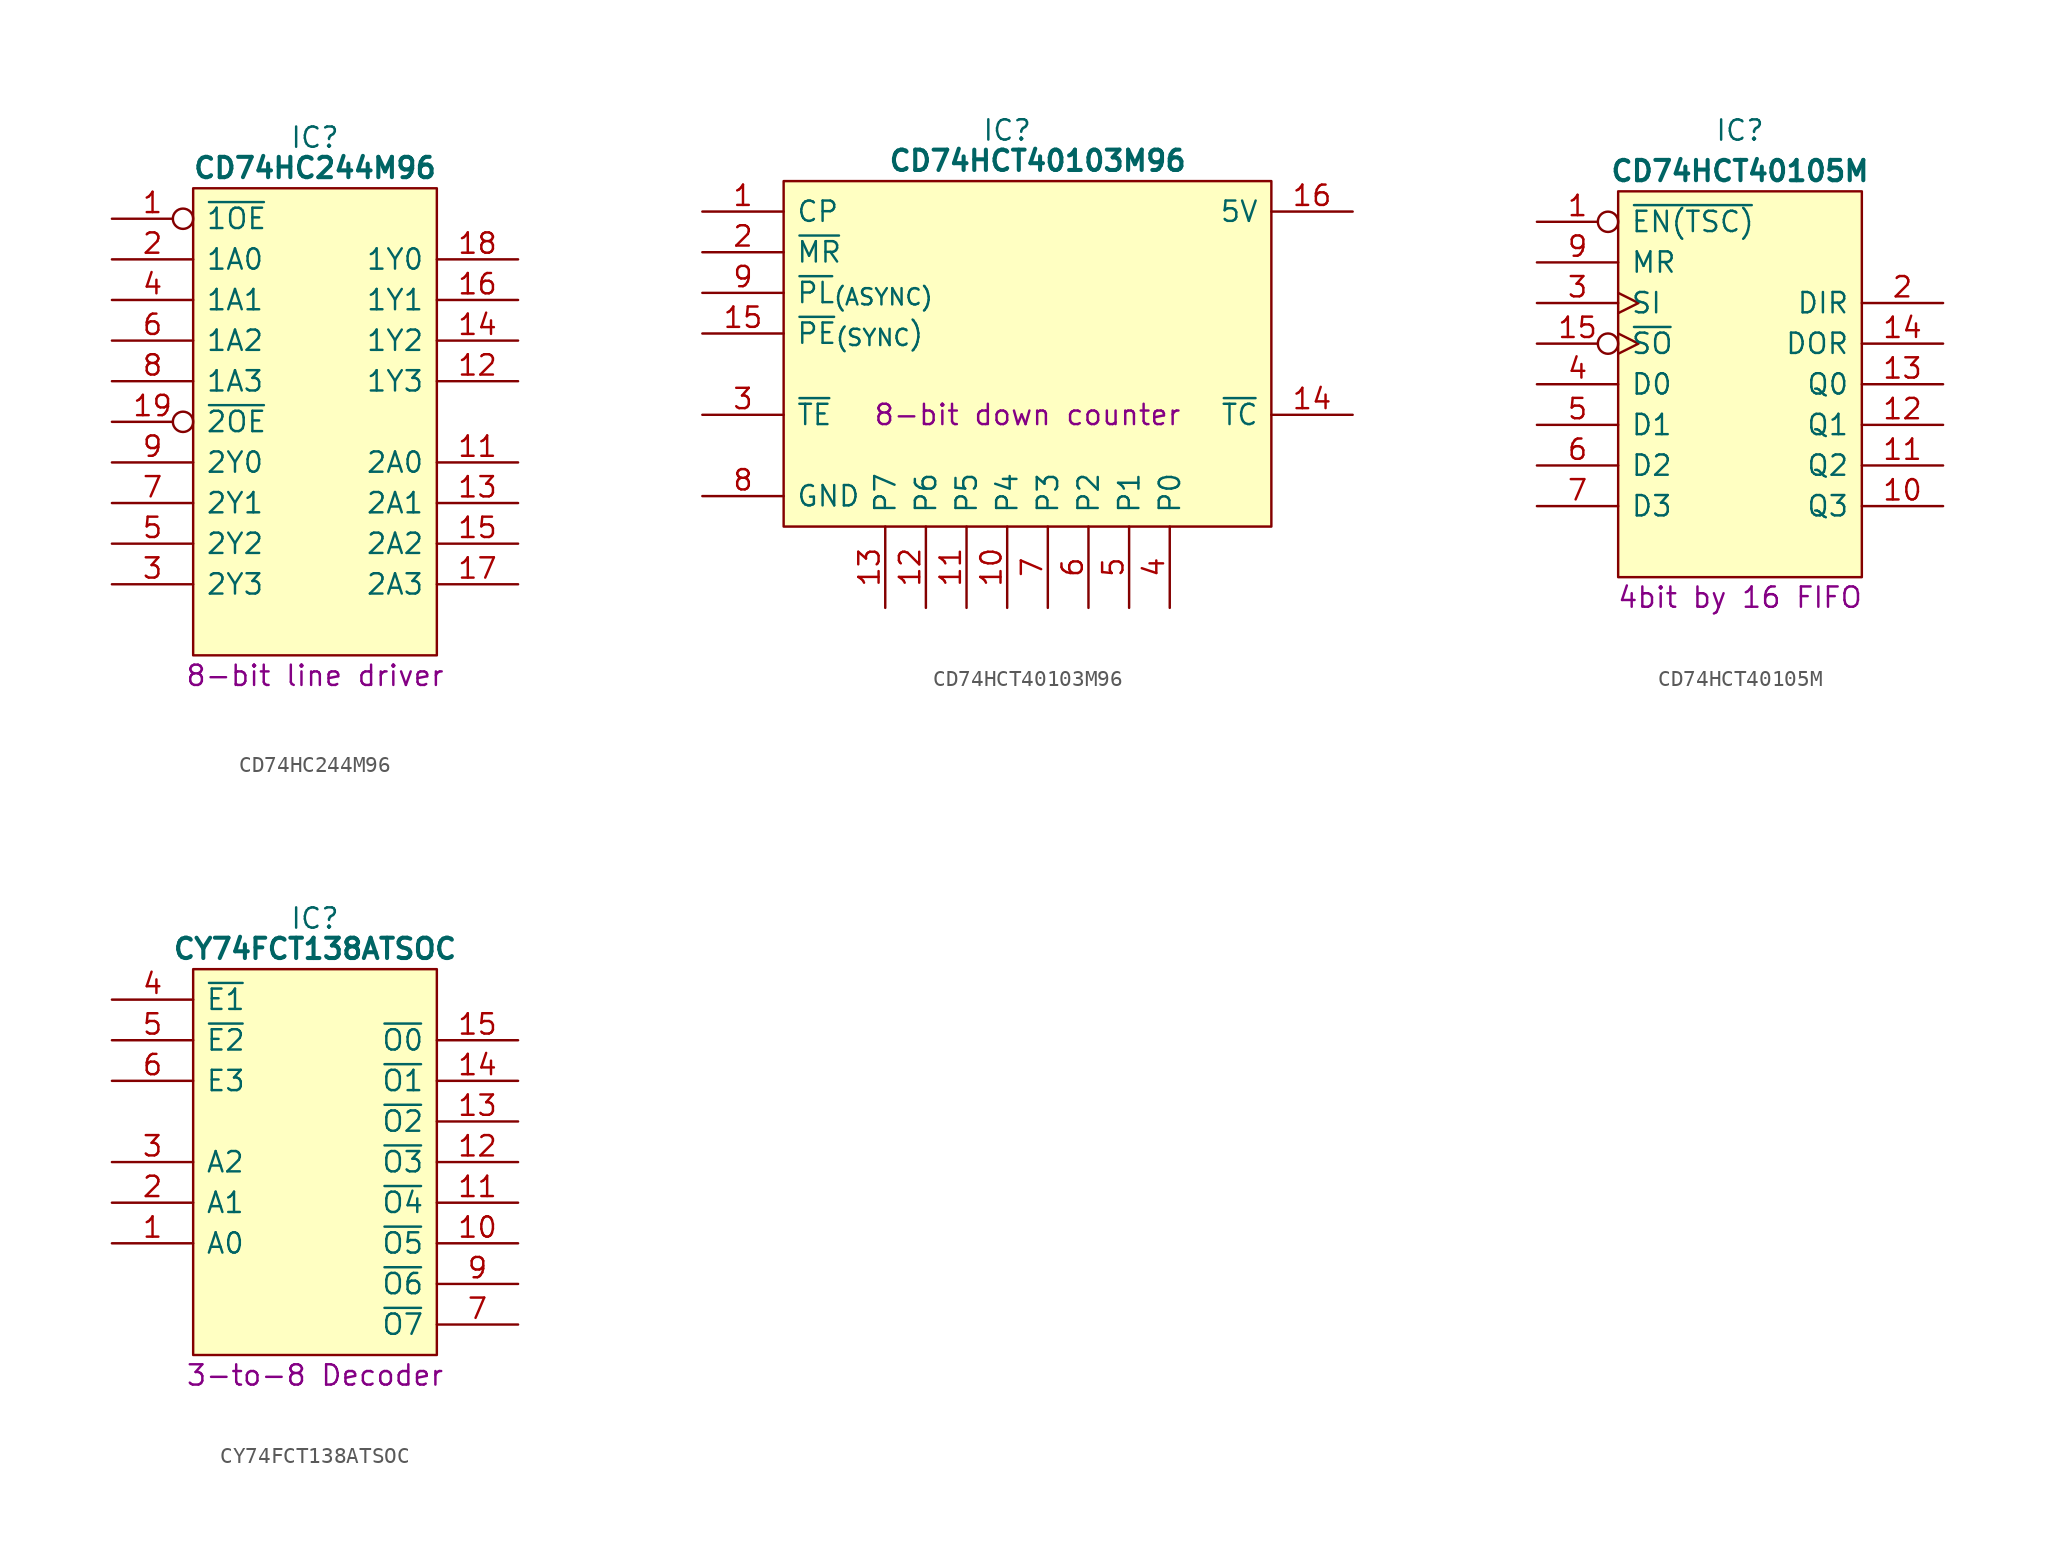
<source format=kicad_sym>
(kicad_symbol_lib
  (version 20241209)
  (generator "kicad_symbol_editor")
  (generator_version "9.0")
  (symbol "CD74HC244M96"
    (pin_names
      (offset 0.762))
    (property "Reference" "IC"
      (at 12.7 5.08 0)
      (effects (font (size 1.27 1.27))))
    (property "Value" "CD74HC244M96"
      (at 12.7 3.175 0)
      (effects (font (size 1.27 1.27) (bold yes))))
    (property "Description" "8-bit line driver"
      (at 12.7 -28.575 0)
      (effects (font (size 1.27 1.27))))
    (symbol "CD74HC244M96_0_0"
      (pin input inverted (at 0 0 0) (length 5.08) (name "~{1OE}" (effects (font (size 1.27 1.27)))) (number "1" (effects (font (size 1.27 1.27)))))
      (pin input line (at 0 -2.54 0) (length 5.08) (name "1A0" (effects (font (size 1.27 1.27)))) (number "2" (effects (font (size 1.27 1.27)))))
      (pin input line (at 0 -5.08 0) (length 5.08) (name "1A1" (effects (font (size 1.27 1.27)))) (number "4" (effects (font (size 1.27 1.27)))))
      (pin input line (at 0 -7.62 0) (length 5.08) (name "1A2" (effects (font (size 1.27 1.27)))) (number "6" (effects (font (size 1.27 1.27)))))
      (pin input line (at 0 -10.16 0) (length 5.08) (name "1A3" (effects (font (size 1.27 1.27)))) (number "8" (effects (font (size 1.27 1.27)))))
      (pin input inverted (at 0 -12.7 0) (length 5.08) (name "~{2OE}" (effects (font (size 1.27 1.27)))) (number "19" (effects (font (size 1.27 1.27)))))
      (pin output line (at 0 -15.24 0) (length 5.08) (name "2Y0" (effects (font (size 1.27 1.27)))) (number "9" (effects (font (size 1.27 1.27)))))
      (pin output line (at 0 -17.78 0) (length 5.08) (name "2Y1" (effects (font (size 1.27 1.27)))) (number "7" (effects (font (size 1.27 1.27)))))
      (pin output line (at 0 -20.32 0) (length 5.08) (name "2Y2" (effects (font (size 1.27 1.27)))) (number "5" (effects (font (size 1.27 1.27)))))
      (pin output line (at 0 -22.86 0) (length 5.08) (name "2Y3" (effects (font (size 1.27 1.27)))) (number "3" (effects (font (size 1.27 1.27)))))
      (pin passive line (at 0 -25.4 0) (length 5.08) (hide yes) (name "GND" (effects (font (size 1.27 1.27)))) (number "10" (effects (font (size 1.27 1.27)))))
      (pin passive line (at 25.4 0 180) (length 5.08) (hide yes) (name "5V" (effects (font (size 1.27 1.27)))) (number "20" (effects (font (size 1.27 1.27)))))
      (pin input line (at 25.4 -2.54 180) (length 5.08) (name "1Y0" (effects (font (size 1.27 1.27)))) (number "18" (effects (font (size 1.27 1.27)))))
      (pin input line (at 25.4 -5.08 180) (length 5.08) (name "1Y1" (effects (font (size 1.27 1.27)))) (number "16" (effects (font (size 1.27 1.27)))))
      (pin input line (at 25.4 -7.62 180) (length 5.08) (name "1Y2" (effects (font (size 1.27 1.27)))) (number "14" (effects (font (size 1.27 1.27)))))
      (pin input line (at 25.4 -10.16 180) (length 5.08) (name "1Y3" (effects (font (size 1.27 1.27)))) (number "12" (effects (font (size 1.27 1.27)))))
      (pin output line (at 25.4 -15.24 180) (length 5.08) (name "2A0" (effects (font (size 1.27 1.27)))) (number "11" (effects (font (size 1.27 1.27)))))
      (pin output line (at 25.4 -17.78 180) (length 5.08) (name "2A1" (effects (font (size 1.27 1.27)))) (number "13" (effects (font (size 1.27 1.27)))))
      (pin output line (at 25.4 -20.32 180) (length 5.08) (name "2A2" (effects (font (size 1.27 1.27)))) (number "15" (effects (font (size 1.27 1.27)))))
      (pin output line (at 25.4 -22.86 180) (length 5.08) (name "2A3" (effects (font (size 1.27 1.27)))) (number "17" (effects (font (size 1.27 1.27))))))
    (symbol "CD74HC244M96_0_1"
      (polyline (pts (xy 5.08 1.905) (xy 20.32 1.905) (xy 20.32 -27.305) (xy 5.08 -27.305) (xy 5.08 1.905)) (stroke (width 0.152) (type default)) (fill (type background)))))
  (symbol "CD74HCT40103M96"
    (pin_names
      (offset 0.762))
    (property "Reference" "IC"
      (at 19.05 5.08 0)
      (effects (font (size 1.27 1.27))))
    (property "Value" "CD74HCT40103M96"
      (at 20.955 3.175 0)
      (effects (font (size 1.27 1.27) (bold yes))))
    (property "Description" "8-bit down counter"
      (at 20.32 -12.7 0)
      (effects (font (size 1.27 1.27))))
    (symbol "CD74HCT40103M96_0_0"
      (pin passive line (at 0 0 0) (length 5.08) (name "CP" (effects (font (size 1.27 1.27)))) (number "1" (effects (font (size 1.27 1.27)))))
      (pin passive line (at 0 -2.54 0) (length 5.08) (name "~{MR}" (effects (font (size 1.27 1.27)))) (number "2" (effects (font (size 1.27 1.27)))))
      (pin passive line (at 0 -5.08 0) (length 5.08) (name "~{PL}_{(ASYNC)}" (effects (font (size 1.27 1.27)))) (number "9" (effects (font (size 1.27 1.27)))))
      (pin passive line (at 0 -7.62 0) (length 5.08) (name "~{PE}_{(SYNC})" (effects (font (size 1.27 1.27)))) (number "15" (effects (font (size 1.27 1.27)))))
      (pin passive line (at 0 -12.7 0) (length 5.08) (name "~{TE}" (effects (font (size 1.27 1.27)))) (number "3" (effects (font (size 1.27 1.27)))))
      (pin passive line (at 0 -17.78 0) (length 5.08) (name "GND" (effects (font (size 1.27 1.27)))) (number "8" (effects (font (size 1.27 1.27)))))
      (pin passive line (at 11.43 -24.765 90) (length 5.08) (name "P7" (effects (font (size 1.27 1.27)))) (number "13" (effects (font (size 1.27 1.27)))))
      (pin passive line (at 13.97 -24.765 90) (length 5.08) (name "P6" (effects (font (size 1.27 1.27)))) (number "12" (effects (font (size 1.27 1.27)))))
      (pin passive line (at 16.51 -24.765 90) (length 5.08) (name "P5" (effects (font (size 1.27 1.27)))) (number "11" (effects (font (size 1.27 1.27)))))
      (pin passive line (at 19.05 -24.765 90) (length 5.08) (name "P4" (effects (font (size 1.27 1.27)))) (number "10" (effects (font (size 1.27 1.27)))))
      (pin passive line (at 21.59 -24.765 90) (length 5.08) (name "P3" (effects (font (size 1.27 1.27)))) (number "7" (effects (font (size 1.27 1.27)))))
      (pin passive line (at 24.13 -24.765 90) (length 5.08) (name "P2" (effects (font (size 1.27 1.27)))) (number "6" (effects (font (size 1.27 1.27)))))
      (pin passive line (at 26.67 -24.765 90) (length 5.08) (name "P1" (effects (font (size 1.27 1.27)))) (number "5" (effects (font (size 1.27 1.27)))))
      (pin passive line (at 29.21 -24.765 90) (length 5.08) (name "P0" (effects (font (size 1.27 1.27)))) (number "4" (effects (font (size 1.27 1.27)))))
      (pin passive line (at 40.64 0 180) (length 5.08) (name "5V" (effects (font (size 1.27 1.27)))) (number "16" (effects (font (size 1.27 1.27)))))
      (pin passive line (at 40.64 -12.7 180) (length 5.08) (name "~{TC}" (effects (font (size 1.27 1.27)))) (number "14" (effects (font (size 1.27 1.27))))))
    (symbol "CD74HCT40103M96_0_1"
      (polyline (pts (xy 5.08 1.905) (xy 35.56 1.905) (xy 35.56 -19.685) (xy 5.08 -19.685) (xy 5.08 1.905)) (stroke (width 0.152) (type default)) (fill (type background)))))
  (symbol "CD74HCT40105M"
    (pin_names
      (offset 0.762))
    (property "Reference" "IC"
      (at 12.7 5.715 0)
      (effects (font (size 1.27 1.27))))
    (property "Value" "CD74HCT40105M"
      (at 12.7 3.175 0)
      (effects (font (size 1.27 1.27) (bold yes))))
    (property "Description" "4bit by 16 FIFO"
      (at 12.7 -23.495 0)
      (effects (font (size 1.27 1.27))))
    (symbol "CD74HCT40105M_0_0"
      (pin input line (at 0 -2.54 0) (length 5.08) (name "MR" (effects (font (size 1.27 1.27)))) (number "9" (effects (font (size 1.27 1.27)))))
      (pin input line (at 0 -10.16 0) (length 5.08) (name "D0" (effects (font (size 1.27 1.27)))) (number "4" (effects (font (size 1.27 1.27)))))
      (pin input line (at 0 -12.7 0) (length 5.08) (name "D1" (effects (font (size 1.27 1.27)))) (number "5" (effects (font (size 1.27 1.27)))))
      (pin input line (at 0 -15.24 0) (length 5.08) (name "D2" (effects (font (size 1.27 1.27)))) (number "6" (effects (font (size 1.27 1.27)))))
      (pin input line (at 0 -17.78 0) (length 5.08) (name "D3" (effects (font (size 1.27 1.27)))) (number "7" (effects (font (size 1.27 1.27)))))
      (pin passive line (at 0 -20.32 0) (length 5.08) (hide yes) (name "GND" (effects (font (size 1.27 1.27)))) (number "8" (effects (font (size 1.27 1.27)))))
      (pin passive line (at 25.4 0 180) (length 5.08) (hide yes) (name "5V" (effects (font (size 1.27 1.27)))) (number "16" (effects (font (size 1.27 1.27)))))
      (pin output line (at 25.4 -5.08 180) (length 5.08) (name "DIR" (effects (font (size 1.27 1.27)))) (number "2" (effects (font (size 1.27 1.27)))))
      (pin output line (at 25.4 -7.62 180) (length 5.08) (name "DOR" (effects (font (size 1.27 1.27)))) (number "14" (effects (font (size 1.27 1.27))))))
    (symbol "CD74HCT40105M_0_1"
      (polyline (pts (xy 5.08 1.905) (xy 20.32 1.905) (xy 20.32 -22.225) (xy 5.08 -22.225) (xy 5.08 1.905)) (stroke (width 0.152) (type default)) (fill (type background))))
    (symbol "CD74HCT40105M_1_0"
      (pin input inverted (at 0 0 0) (length 5.08) (name "~{EN(TSC)}" (effects (font (size 1.27 1.27)))) (number "1" (effects (font (size 1.27 1.27)))))
      (pin input clock (at 0 -5.08 0) (length 5.08) (name "SI" (effects (font (size 1.27 1.27)))) (number "3" (effects (font (size 1.27 1.27)))))
      (pin input inverted_clock (at 0 -7.62 0) (length 5.08) (name "~{SO}" (effects (font (size 1.27 1.27)))) (number "15" (effects (font (size 1.27 1.27)))))
      (pin tri_state line (at 25.4 -10.16 180) (length 5.08) (name "Q0" (effects (font (size 1.27 1.27)))) (number "13" (effects (font (size 1.27 1.27)))))
      (pin tri_state line (at 25.4 -12.7 180) (length 5.08) (name "Q1" (effects (font (size 1.27 1.27)))) (number "12" (effects (font (size 1.27 1.27)))))
      (pin tri_state line (at 25.4 -15.24 180) (length 5.08) (name "Q2" (effects (font (size 1.27 1.27)))) (number "11" (effects (font (size 1.27 1.27)))))
      (pin tri_state line (at 25.4 -17.78 180) (length 5.08) (name "Q3" (effects (font (size 1.27 1.27)))) (number "10" (effects (font (size 1.27 1.27)))))))
  (symbol "CY74FCT138ATSOC"
    (pin_names
      (offset 0.762))
    (property "Reference" "IC"
      (at 12.7 3.175 0)
      (effects (font (size 1.27 1.27))))
    (property "Value" "CY74FCT138ATSOC"
      (at 12.7 1.27 0)
      (effects (font (size 1.27 1.27) (bold yes))))
    (property "Description" "3-to-8 Decoder"
      (at 12.7 -25.4 0)
      (effects (font (size 1.27 1.27))))
    (symbol "CY74FCT138ATSOC_0_0"
      (pin input line (at 0 -1.905 0) (length 5.08) (name "~{E1}" (effects (font (size 1.27 1.27)))) (number "4" (effects (font (size 1.27 1.27)))))
      (pin input line (at 0 -4.445 0) (length 5.08) (name "~{E2}" (effects (font (size 1.27 1.27)))) (number "5" (effects (font (size 1.27 1.27)))))
      (pin input line (at 0 -6.985 0) (length 5.08) (name "E3" (effects (font (size 1.27 1.27)))) (number "6" (effects (font (size 1.27 1.27)))))
      (pin input line (at 0 -12.065 0) (length 5.08) (name "A2" (effects (font (size 1.27 1.27)))) (number "3" (effects (font (size 1.27 1.27)))))
      (pin input line (at 0 -14.605 0) (length 5.08) (name "A1" (effects (font (size 1.27 1.27)))) (number "2" (effects (font (size 1.27 1.27)))))
      (pin input line (at 0 -17.145 0) (length 5.08) (name "A0" (effects (font (size 1.27 1.27)))) (number "1" (effects (font (size 1.27 1.27)))))
      (pin passive line (at 0 -22.225 0) (length 5.08) (hide yes) (name "GND" (effects (font (size 1.27 1.27)))) (number "8" (effects (font (size 1.27 1.27)))))
      (pin passive line (at 25.4 -1.905 180) (length 5.08) (hide yes) (name "5V" (effects (font (size 1.27 1.27)))) (number "16" (effects (font (size 1.27 1.27)))))
      (pin output line (at 25.4 -4.445 180) (length 5.08) (name "~{O0}" (effects (font (size 1.27 1.27)))) (number "15" (effects (font (size 1.27 1.27)))))
      (pin output line (at 25.4 -6.985 180) (length 5.08) (name "~{O1}" (effects (font (size 1.27 1.27)))) (number "14" (effects (font (size 1.27 1.27)))))
      (pin output line (at 25.4 -9.525 180) (length 5.08) (name "~{O2}" (effects (font (size 1.27 1.27)))) (number "13" (effects (font (size 1.27 1.27)))))
      (pin output line (at 25.4 -12.065 180) (length 5.08) (name "~{O3}" (effects (font (size 1.27 1.27)))) (number "12" (effects (font (size 1.27 1.27)))))
      (pin output line (at 25.4 -14.605 180) (length 5.08) (name "~{O4}" (effects (font (size 1.27 1.27)))) (number "11" (effects (font (size 1.27 1.27)))))
      (pin output line (at 25.4 -17.145 180) (length 5.08) (name "~{O5}" (effects (font (size 1.27 1.27)))) (number "10" (effects (font (size 1.27 1.27)))))
      (pin output line (at 25.4 -19.685 180) (length 5.08) (name "~{O6}" (effects (font (size 1.27 1.27)))) (number "9" (effects (font (size 1.27 1.27)))))
      (pin output line (at 25.4 -22.225 180) (length 5.08) (name "~{O7}" (effects (font (size 1.27 1.27)))) (number "7" (effects (font (size 1.27 1.27))))))
    (symbol "CY74FCT138ATSOC_0_1"
      (polyline (pts (xy 5.08 0) (xy 20.32 0) (xy 20.32 -24.13) (xy 5.08 -24.13) (xy 5.08 0)) (stroke (width 0.152) (type default)) (fill (type background))))))
</source>
